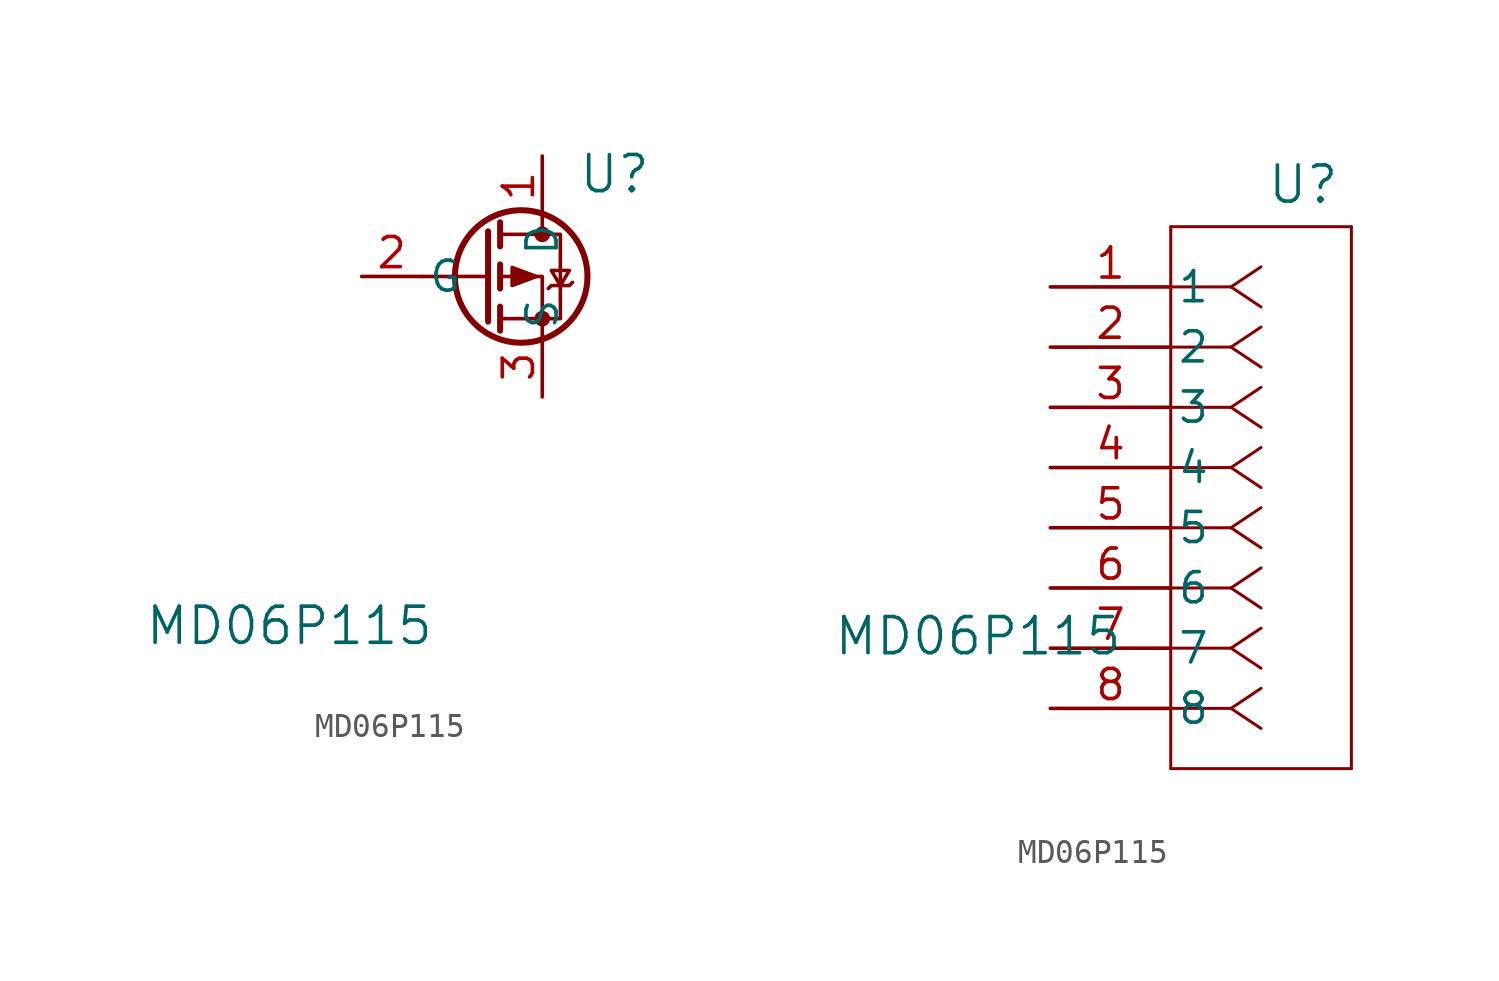
<source format=kicad_sym>
(kicad_symbol_lib
  (version 20231120)
  (generator "kicad_symbol_editor")
  (generator_version "8.0")
  (symbol "MD06P115"
    (pin_names
      (offset 0.254))
    (property "Reference" "U"
      (at 10.668 4.318 0)
      (effects (font (size 1.524 1.524))))
    (property "Value" "MD06P115"
      (at -3.048 -14.732 0)
      (effects (font (size 1.524 1.524))))
    (symbol "MD06P115_0_1"
      (polyline (pts (xy 5.334 0) (xy 2.54 0)) (stroke (width 0) (type default)) (fill (type none)))
      (polyline (pts (xy 5.334 1.905) (xy 5.334 -1.905)) (stroke (width 0.254) (type default)) (fill (type none)))
      (polyline (pts (xy 5.842 -1.27) (xy 5.842 -2.286)) (stroke (width 0.254) (type default)) (fill (type none)))
      (polyline (pts (xy 5.842 0.508) (xy 5.842 -0.508)) (stroke (width 0.254) (type default)) (fill (type none)))
      (polyline (pts (xy 5.842 2.286) (xy 5.842 1.27)) (stroke (width 0.254) (type default)) (fill (type none)))
      (polyline (pts (xy 7.62 2.54) (xy 7.62 1.778)) (stroke (width 0) (type default)) (fill (type none)))
      (polyline (pts (xy 7.62 -2.54) (xy 7.62 0) (xy 5.842 0)) (stroke (width 0) (type default)) (fill (type none)))
      (polyline (pts (xy 5.842 1.778) (xy 8.382 1.778) (xy 8.382 -1.778) (xy 5.842 -1.778)) (stroke (width 0) (type default)) (fill (type none)))
      (polyline (pts (xy 7.366 0) (xy 6.35 0.381) (xy 6.35 -0.381) (xy 7.366 0)) (stroke (width 0) (type default)) (fill (type outline)))
      (polyline (pts (xy 7.874 -0.508) (xy 8.001 -0.381) (xy 8.763 -0.381) (xy 8.89 -0.254)) (stroke (width 0) (type default)) (fill (type none)))
      (polyline (pts (xy 8.382 -0.381) (xy 8.001 0.254) (xy 8.763 0.254) (xy 8.382 -0.381)) (stroke (width 0) (type default)) (fill (type none)))
      (circle (center 6.731 0) (radius 2.794) (stroke (width 0.254) (type default)) (fill (type none)))
      (circle (center 7.62 -1.778) (radius 0.254) (stroke (width 0) (type default)) (fill (type outline)))
      (circle (center 7.62 1.778) (radius 0.254) (stroke (width 0) (type default)) (fill (type outline))))
    (symbol "MD06P115_1_1"
      (pin passive line (at 7.62 5.08 270) (length 2.54) (name "D" (effects (font (size 1.27 1.27)))) (number "1" (effects (font (size 1.27 1.27)))))
      (pin input line (at 0 0 0) (length 2.54) (name "G" (effects (font (size 1.27 1.27)))) (number "2" (effects (font (size 1.27 1.27)))))
      (pin passive line (at 7.62 -5.08 90) (length 2.54) (name "S" (effects (font (size 1.27 1.27)))) (number "3" (effects (font (size 1.27 1.27))))))
    (symbol "MD06P115_1_2"
      (polyline (pts (xy 5.08 -20.32) (xy 12.7 -20.32)) (stroke (width 0.127) (type default)) (fill (type none)))
      (polyline (pts (xy 5.08 2.54) (xy 5.08 -20.32)) (stroke (width 0.127) (type default)) (fill (type none)))
      (polyline (pts (xy 7.62 -17.78) (xy 5.08 -17.78)) (stroke (width 0.127) (type default)) (fill (type none)))
      (polyline (pts (xy 7.62 -17.78) (xy 8.89 -18.627)) (stroke (width 0.127) (type default)) (fill (type none)))
      (polyline (pts (xy 7.62 -17.78) (xy 8.89 -16.933)) (stroke (width 0.127) (type default)) (fill (type none)))
      (polyline (pts (xy 7.62 -15.24) (xy 5.08 -15.24)) (stroke (width 0.127) (type default)) (fill (type none)))
      (polyline (pts (xy 7.62 -15.24) (xy 8.89 -16.087)) (stroke (width 0.127) (type default)) (fill (type none)))
      (polyline (pts (xy 7.62 -15.24) (xy 8.89 -14.393)) (stroke (width 0.127) (type default)) (fill (type none)))
      (polyline (pts (xy 7.62 -12.7) (xy 5.08 -12.7)) (stroke (width 0.127) (type default)) (fill (type none)))
      (polyline (pts (xy 7.62 -12.7) (xy 8.89 -13.547)) (stroke (width 0.127) (type default)) (fill (type none)))
      (polyline (pts (xy 7.62 -12.7) (xy 8.89 -11.853)) (stroke (width 0.127) (type default)) (fill (type none)))
      (polyline (pts (xy 7.62 -10.16) (xy 5.08 -10.16)) (stroke (width 0.127) (type default)) (fill (type none)))
      (polyline (pts (xy 7.62 -10.16) (xy 8.89 -11.007)) (stroke (width 0.127) (type default)) (fill (type none)))
      (polyline (pts (xy 7.62 -10.16) (xy 8.89 -9.313)) (stroke (width 0.127) (type default)) (fill (type none)))
      (polyline (pts (xy 7.62 -7.62) (xy 5.08 -7.62)) (stroke (width 0.127) (type default)) (fill (type none)))
      (polyline (pts (xy 7.62 -7.62) (xy 8.89 -8.467)) (stroke (width 0.127) (type default)) (fill (type none)))
      (polyline (pts (xy 7.62 -7.62) (xy 8.89 -6.773)) (stroke (width 0.127) (type default)) (fill (type none)))
      (polyline (pts (xy 7.62 -5.08) (xy 5.08 -5.08)) (stroke (width 0.127) (type default)) (fill (type none)))
      (polyline (pts (xy 7.62 -5.08) (xy 8.89 -5.927)) (stroke (width 0.127) (type default)) (fill (type none)))
      (polyline (pts (xy 7.62 -5.08) (xy 8.89 -4.233)) (stroke (width 0.127) (type default)) (fill (type none)))
      (polyline (pts (xy 7.62 -2.54) (xy 5.08 -2.54)) (stroke (width 0.127) (type default)) (fill (type none)))
      (polyline (pts (xy 7.62 -2.54) (xy 8.89 -3.387)) (stroke (width 0.127) (type default)) (fill (type none)))
      (polyline (pts (xy 7.62 -2.54) (xy 8.89 -1.693)) (stroke (width 0.127) (type default)) (fill (type none)))
      (polyline (pts (xy 7.62 0) (xy 5.08 0)) (stroke (width 0.127) (type default)) (fill (type none)))
      (polyline (pts (xy 7.62 0) (xy 8.89 -0.847)) (stroke (width 0.127) (type default)) (fill (type none)))
      (polyline (pts (xy 7.62 0) (xy 8.89 0.847)) (stroke (width 0.127) (type default)) (fill (type none)))
      (polyline (pts (xy 12.7 -20.32) (xy 12.7 2.54)) (stroke (width 0.127) (type default)) (fill (type none)))
      (polyline (pts (xy 12.7 2.54) (xy 5.08 2.54)) (stroke (width 0.127) (type default)) (fill (type none)))
      (pin unspecified line (at 0 0 0) (length 5.08) (name "1" (effects (font (size 1.27 1.27)))) (number "1" (effects (font (size 1.27 1.27)))))
      (pin unspecified line (at 0 -2.54 0) (length 5.08) (name "2" (effects (font (size 1.27 1.27)))) (number "2" (effects (font (size 1.27 1.27)))))
      (pin unspecified line (at 0 -5.08 0) (length 5.08) (name "3" (effects (font (size 1.27 1.27)))) (number "3" (effects (font (size 1.27 1.27)))))
      (pin unspecified line (at 0 -7.62 0) (length 5.08) (name "4" (effects (font (size 1.27 1.27)))) (number "4" (effects (font (size 1.27 1.27)))))
      (pin unspecified line (at 0 -10.16 0) (length 5.08) (name "5" (effects (font (size 1.27 1.27)))) (number "5" (effects (font (size 1.27 1.27)))))
      (pin unspecified line (at 0 -12.7 0) (length 5.08) (name "6" (effects (font (size 1.27 1.27)))) (number "6" (effects (font (size 1.27 1.27)))))
      (pin unspecified line (at 0 -15.24 0) (length 5.08) (name "7" (effects (font (size 1.27 1.27)))) (number "7" (effects (font (size 1.27 1.27)))))
      (pin unspecified line (at 0 -17.78 0) (length 5.08) (name "8" (effects (font (size 1.27 1.27)))) (number "8" (effects (font (size 1.27 1.27))))))))
</source>
